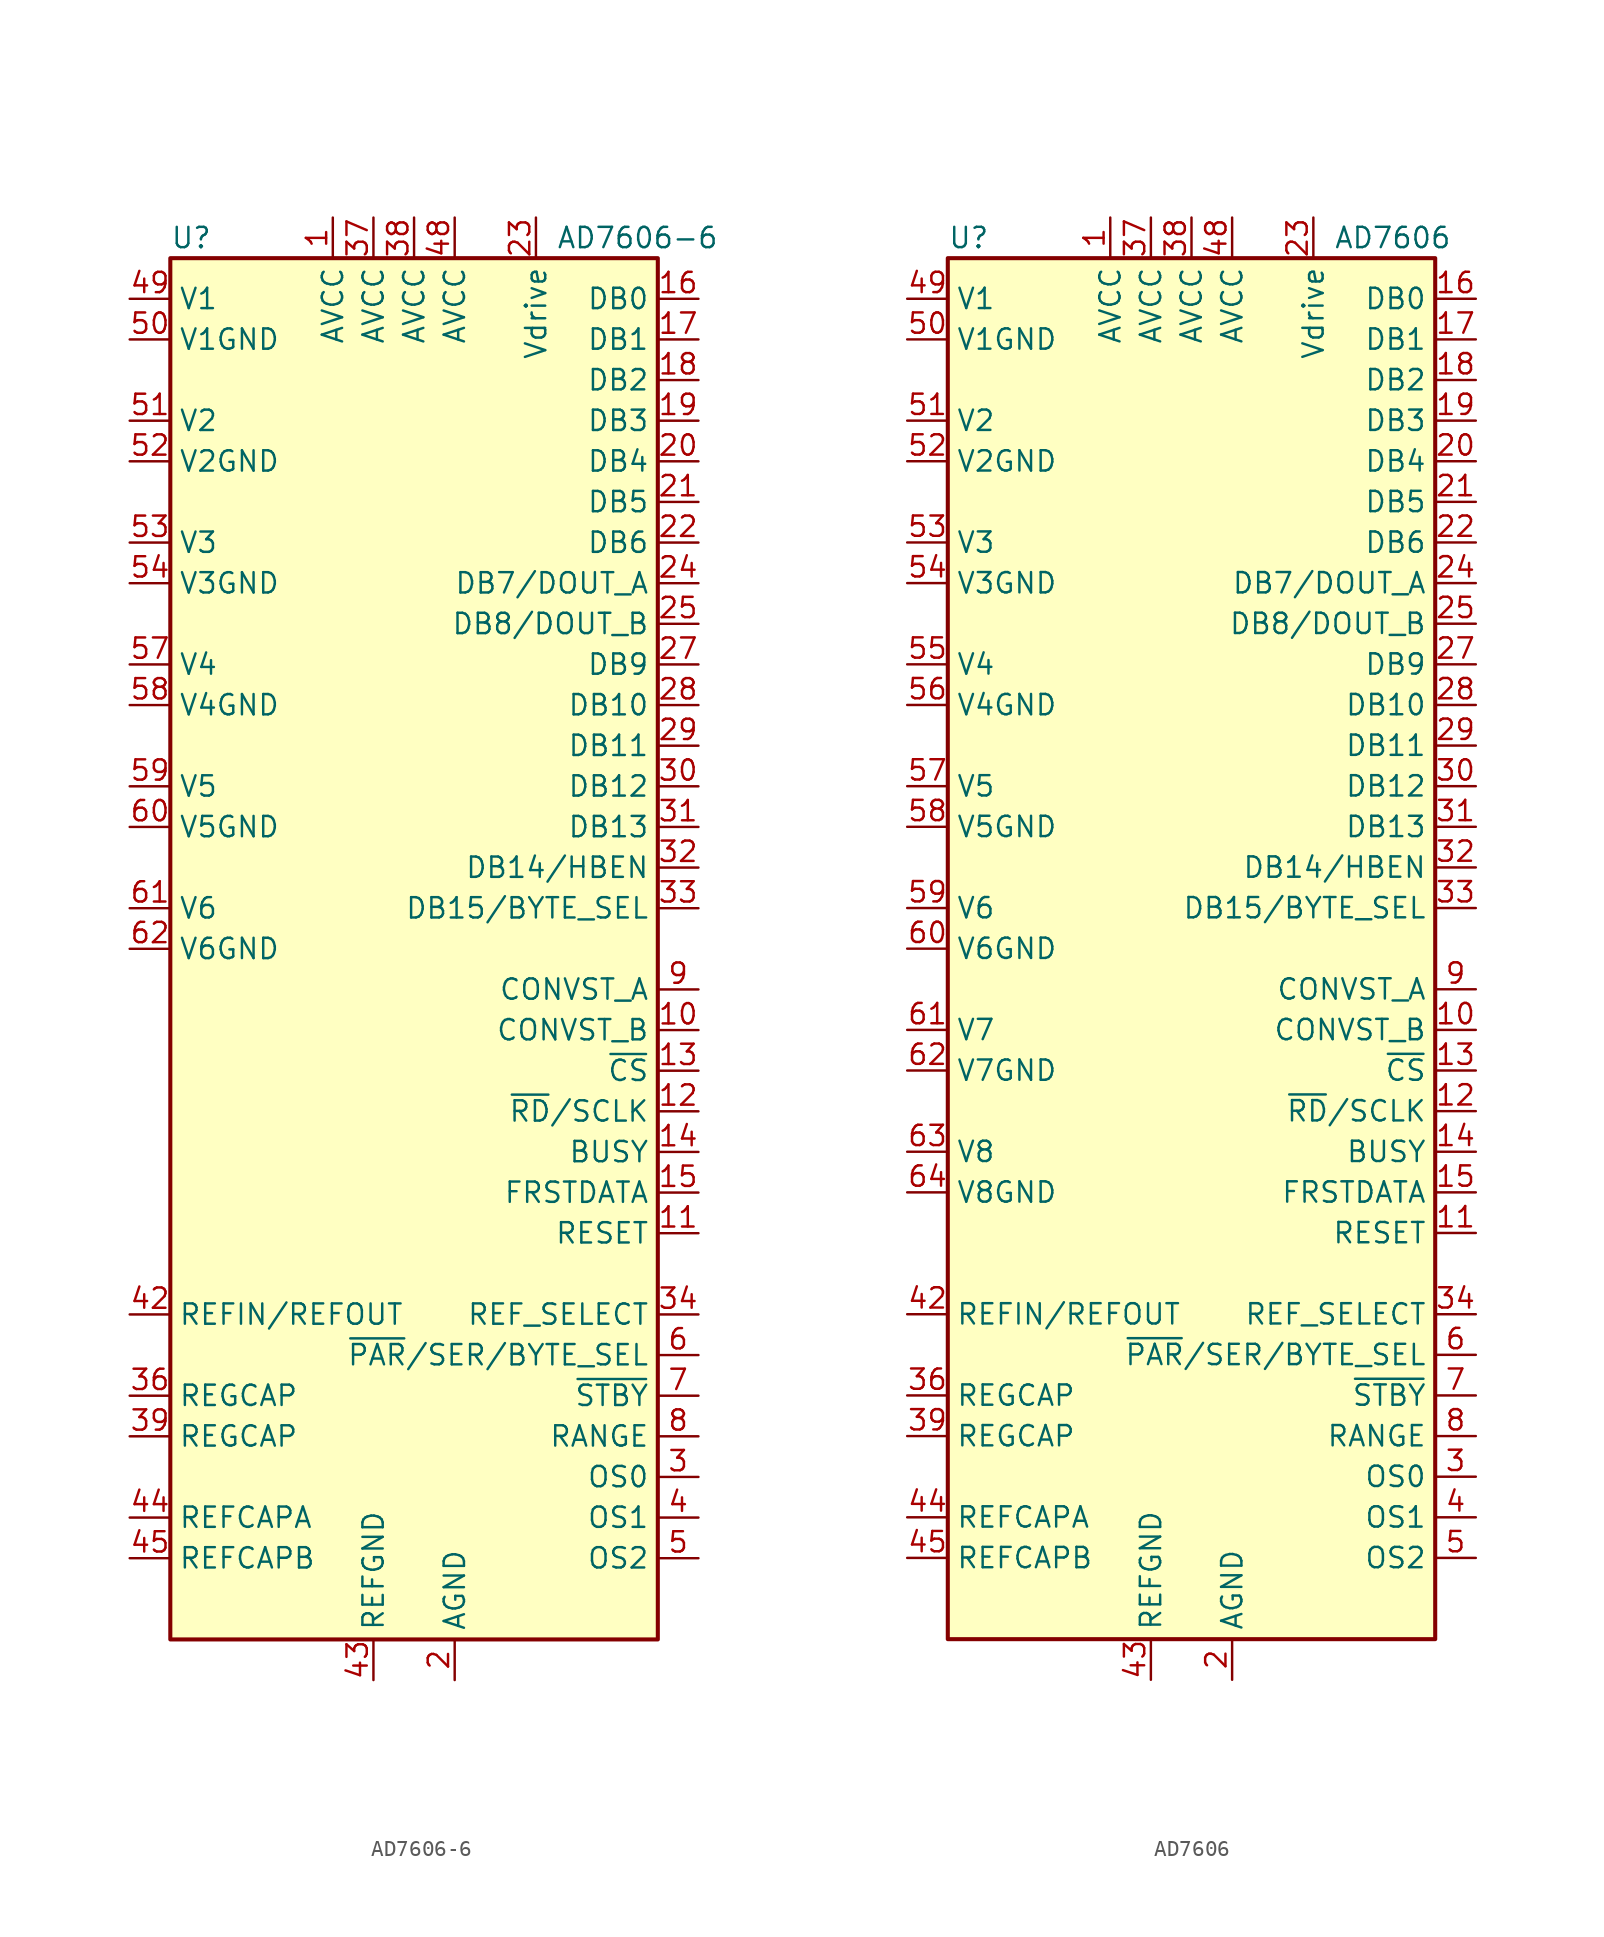
<source format=kicad_sym>
(kicad_symbol_lib
  (version 20201005)
  (generator kicad_symbol_editor)
  (symbol "Analog_ADC:AD7606-6"
    (property "Reference" "U"
      (at -15.24 44.45 0)
      (effects (font (size 1.27 1.27)) (justify left)))
    (property "Value" "AD7606-6"
      (at 8.89 44.45 0)
      (effects (font (size 1.27 1.27)) (justify left)))
    (symbol "AD7606-6_1_1"
      (rectangle (start -15.24 43.18) (end 15.24 -43.18) (stroke (width 0.254)) (fill (type background)))
      (pin power_in line (at -5.08 45.72 270) (length 2.54) (name "AVCC" (effects (font (size 1.27 1.27)))) (number "1" (effects (font (size 1.27 1.27)))))
      (pin input line (at 17.78 -5.08 180) (length 2.54) (name "CONVST_B" (effects (font (size 1.27 1.27)))) (number "10" (effects (font (size 1.27 1.27)))))
      (pin input line (at 17.78 -17.78 180) (length 2.54) (name "RESET" (effects (font (size 1.27 1.27)))) (number "11" (effects (font (size 1.27 1.27)))))
      (pin input line (at 17.78 -10.16 180) (length 2.54) (name "~RD~/SCLK" (effects (font (size 1.27 1.27)))) (number "12" (effects (font (size 1.27 1.27)))))
      (pin input line (at 17.78 -7.62 180) (length 2.54) (name "~CS" (effects (font (size 1.27 1.27)))) (number "13" (effects (font (size 1.27 1.27)))))
      (pin output line (at 17.78 -12.7 180) (length 2.54) (name "BUSY" (effects (font (size 1.27 1.27)))) (number "14" (effects (font (size 1.27 1.27)))))
      (pin output line (at 17.78 -15.24 180) (length 2.54) (name "FRSTDATA" (effects (font (size 1.27 1.27)))) (number "15" (effects (font (size 1.27 1.27)))))
      (pin output line (at 17.78 40.64 180) (length 2.54) (name "DB0" (effects (font (size 1.27 1.27)))) (number "16" (effects (font (size 1.27 1.27)))))
      (pin output line (at 17.78 38.1 180) (length 2.54) (name "DB1" (effects (font (size 1.27 1.27)))) (number "17" (effects (font (size 1.27 1.27)))))
      (pin output line (at 17.78 35.56 180) (length 2.54) (name "DB2" (effects (font (size 1.27 1.27)))) (number "18" (effects (font (size 1.27 1.27)))))
      (pin output line (at 17.78 33.02 180) (length 2.54) (name "DB3" (effects (font (size 1.27 1.27)))) (number "19" (effects (font (size 1.27 1.27)))))
      (pin power_in line (at 2.54 -45.72 90) (length 2.54) (name "AGND" (effects (font (size 1.27 1.27)))) (number "2" (effects (font (size 1.27 1.27)))))
      (pin output line (at 17.78 30.48 180) (length 2.54) (name "DB4" (effects (font (size 1.27 1.27)))) (number "20" (effects (font (size 1.27 1.27)))))
      (pin output line (at 17.78 27.94 180) (length 2.54) (name "DB5" (effects (font (size 1.27 1.27)))) (number "21" (effects (font (size 1.27 1.27)))))
      (pin output line (at 17.78 25.4 180) (length 2.54) (name "DB6" (effects (font (size 1.27 1.27)))) (number "22" (effects (font (size 1.27 1.27)))))
      (pin power_in line (at 7.62 45.72 270) (length 2.54) (name "Vdrive" (effects (font (size 1.27 1.27)))) (number "23" (effects (font (size 1.27 1.27)))))
      (pin output line (at 17.78 22.86 180) (length 2.54) (name "DB7/DOUT_A" (effects (font (size 1.27 1.27)))) (number "24" (effects (font (size 1.27 1.27)))))
      (pin output line (at 17.78 20.32 180) (length 2.54) (name "DB8/DOUT_B" (effects (font (size 1.27 1.27)))) (number "25" (effects (font (size 1.27 1.27)))))
      (pin passive line (at 2.54 -45.72 90) (length 2.54) hide (name "AGND" (effects (font (size 1.27 1.27)))) (number "26" (effects (font (size 1.27 1.27)))))
      (pin output line (at 17.78 17.78 180) (length 2.54) (name "DB9" (effects (font (size 1.27 1.27)))) (number "27" (effects (font (size 1.27 1.27)))))
      (pin output line (at 17.78 15.24 180) (length 2.54) (name "DB10" (effects (font (size 1.27 1.27)))) (number "28" (effects (font (size 1.27 1.27)))))
      (pin output line (at 17.78 12.7 180) (length 2.54) (name "DB11" (effects (font (size 1.27 1.27)))) (number "29" (effects (font (size 1.27 1.27)))))
      (pin input line (at 17.78 -33.02 180) (length 2.54) (name "OS0" (effects (font (size 1.27 1.27)))) (number "3" (effects (font (size 1.27 1.27)))))
      (pin output line (at 17.78 10.16 180) (length 2.54) (name "DB12" (effects (font (size 1.27 1.27)))) (number "30" (effects (font (size 1.27 1.27)))))
      (pin output line (at 17.78 7.62 180) (length 2.54) (name "DB13" (effects (font (size 1.27 1.27)))) (number "31" (effects (font (size 1.27 1.27)))))
      (pin bidirectional line (at 17.78 5.08 180) (length 2.54) (name "DB14/HBEN" (effects (font (size 1.27 1.27)))) (number "32" (effects (font (size 1.27 1.27)))))
      (pin bidirectional line (at 17.78 2.54 180) (length 2.54) (name "DB15/BYTE_SEL" (effects (font (size 1.27 1.27)))) (number "33" (effects (font (size 1.27 1.27)))))
      (pin input line (at 17.78 -22.86 180) (length 2.54) (name "REF_SELECT" (effects (font (size 1.27 1.27)))) (number "34" (effects (font (size 1.27 1.27)))))
      (pin passive line (at 2.54 -45.72 90) (length 2.54) hide (name "AGND" (effects (font (size 1.27 1.27)))) (number "35" (effects (font (size 1.27 1.27)))))
      (pin passive line (at -17.78 -27.94 0) (length 2.54) (name "REGCAP" (effects (font (size 1.27 1.27)))) (number "36" (effects (font (size 1.27 1.27)))))
      (pin power_in line (at -2.54 45.72 270) (length 2.54) (name "AVCC" (effects (font (size 1.27 1.27)))) (number "37" (effects (font (size 1.27 1.27)))))
      (pin power_in line (at 0 45.72 270) (length 2.54) (name "AVCC" (effects (font (size 1.27 1.27)))) (number "38" (effects (font (size 1.27 1.27)))))
      (pin passive line (at -17.78 -30.48 0) (length 2.54) (name "REGCAP" (effects (font (size 1.27 1.27)))) (number "39" (effects (font (size 1.27 1.27)))))
      (pin input line (at 17.78 -35.56 180) (length 2.54) (name "OS1" (effects (font (size 1.27 1.27)))) (number "4" (effects (font (size 1.27 1.27)))))
      (pin passive line (at 2.54 -45.72 90) (length 2.54) hide (name "AGND" (effects (font (size 1.27 1.27)))) (number "40" (effects (font (size 1.27 1.27)))))
      (pin passive line (at 2.54 -45.72 90) (length 2.54) hide (name "AGND" (effects (font (size 1.27 1.27)))) (number "41" (effects (font (size 1.27 1.27)))))
      (pin passive line (at -17.78 -22.86 0) (length 2.54) (name "REFIN/REFOUT" (effects (font (size 1.27 1.27)))) (number "42" (effects (font (size 1.27 1.27)))))
      (pin power_in line (at -2.54 -45.72 90) (length 2.54) (name "REFGND" (effects (font (size 1.27 1.27)))) (number "43" (effects (font (size 1.27 1.27)))))
      (pin passive line (at -17.78 -35.56 0) (length 2.54) (name "REFCAPA" (effects (font (size 1.27 1.27)))) (number "44" (effects (font (size 1.27 1.27)))))
      (pin passive line (at -17.78 -38.1 0) (length 2.54) (name "REFCAPB" (effects (font (size 1.27 1.27)))) (number "45" (effects (font (size 1.27 1.27)))))
      (pin passive line (at -2.54 -45.72 90) (length 2.54) hide (name "REFGND" (effects (font (size 1.27 1.27)))) (number "46" (effects (font (size 1.27 1.27)))))
      (pin passive line (at 2.54 -45.72 90) (length 2.54) hide (name "AGND" (effects (font (size 1.27 1.27)))) (number "47" (effects (font (size 1.27 1.27)))))
      (pin power_in line (at 2.54 45.72 270) (length 2.54) (name "AVCC" (effects (font (size 1.27 1.27)))) (number "48" (effects (font (size 1.27 1.27)))))
      (pin input line (at -17.78 40.64 0) (length 2.54) (name "V1" (effects (font (size 1.27 1.27)))) (number "49" (effects (font (size 1.27 1.27)))))
      (pin input line (at 17.78 -38.1 180) (length 2.54) (name "OS2" (effects (font (size 1.27 1.27)))) (number "5" (effects (font (size 1.27 1.27)))))
      (pin input line (at -17.78 38.1 0) (length 2.54) (name "V1GND" (effects (font (size 1.27 1.27)))) (number "50" (effects (font (size 1.27 1.27)))))
      (pin input line (at -17.78 33.02 0) (length 2.54) (name "V2" (effects (font (size 1.27 1.27)))) (number "51" (effects (font (size 1.27 1.27)))))
      (pin input line (at -17.78 30.48 0) (length 2.54) (name "V2GND" (effects (font (size 1.27 1.27)))) (number "52" (effects (font (size 1.27 1.27)))))
      (pin input line (at -17.78 25.4 0) (length 2.54) (name "V3" (effects (font (size 1.27 1.27)))) (number "53" (effects (font (size 1.27 1.27)))))
      (pin input line (at -17.78 22.86 0) (length 2.54) (name "V3GND" (effects (font (size 1.27 1.27)))) (number "54" (effects (font (size 1.27 1.27)))))
      (pin passive line (at 2.54 -45.72 90) (length 2.54) hide (name "AGND" (effects (font (size 1.27 1.27)))) (number "55" (effects (font (size 1.27 1.27)))))
      (pin passive line (at 2.54 -45.72 90) (length 2.54) hide (name "AGND" (effects (font (size 1.27 1.27)))) (number "56" (effects (font (size 1.27 1.27)))))
      (pin input line (at -17.78 17.78 0) (length 2.54) (name "V4" (effects (font (size 1.27 1.27)))) (number "57" (effects (font (size 1.27 1.27)))))
      (pin input line (at -17.78 15.24 0) (length 2.54) (name "V4GND" (effects (font (size 1.27 1.27)))) (number "58" (effects (font (size 1.27 1.27)))))
      (pin input line (at -17.78 10.16 0) (length 2.54) (name "V5" (effects (font (size 1.27 1.27)))) (number "59" (effects (font (size 1.27 1.27)))))
      (pin input line (at 17.78 -25.4 180) (length 2.54) (name "~PAR~/SER/BYTE_SEL" (effects (font (size 1.27 1.27)))) (number "6" (effects (font (size 1.27 1.27)))))
      (pin input line (at -17.78 7.62 0) (length 2.54) (name "V5GND" (effects (font (size 1.27 1.27)))) (number "60" (effects (font (size 1.27 1.27)))))
      (pin input line (at -17.78 2.54 0) (length 2.54) (name "V6" (effects (font (size 1.27 1.27)))) (number "61" (effects (font (size 1.27 1.27)))))
      (pin input line (at -17.78 0 0) (length 2.54) (name "V6GND" (effects (font (size 1.27 1.27)))) (number "62" (effects (font (size 1.27 1.27)))))
      (pin passive line (at 2.54 -45.72 90) (length 2.54) hide (name "AGND" (effects (font (size 1.27 1.27)))) (number "63" (effects (font (size 1.27 1.27)))))
      (pin passive line (at 2.54 -45.72 90) (length 2.54) hide (name "AGND" (effects (font (size 1.27 1.27)))) (number "64" (effects (font (size 1.27 1.27)))))
      (pin input line (at 17.78 -27.94 180) (length 2.54) (name "~STBY" (effects (font (size 1.27 1.27)))) (number "7" (effects (font (size 1.27 1.27)))))
      (pin input line (at 17.78 -30.48 180) (length 2.54) (name "RANGE" (effects (font (size 1.27 1.27)))) (number "8" (effects (font (size 1.27 1.27)))))
      (pin input line (at 17.78 -2.54 180) (length 2.54) (name "CONVST_A" (effects (font (size 1.27 1.27)))) (number "9" (effects (font (size 1.27 1.27)))))))
  (symbol "Analog_ADC:AD7606"
    (property "Reference" "U"
      (at -15.24 44.45 0)
      (effects (font (size 1.27 1.27)) (justify left)))
    (property "Value" "AD7606"
      (at 8.89 44.45 0)
      (effects (font (size 1.27 1.27)) (justify left)))
    (symbol "AD7606_1_1"
      (rectangle (start -15.24 43.18) (end 15.24 -43.18) (stroke (width 0.254)) (fill (type background)))
      (pin power_in line (at -5.08 45.72 270) (length 2.54) (name "AVCC" (effects (font (size 1.27 1.27)))) (number "1" (effects (font (size 1.27 1.27)))))
      (pin input line (at 17.78 -5.08 180) (length 2.54) (name "CONVST_B" (effects (font (size 1.27 1.27)))) (number "10" (effects (font (size 1.27 1.27)))))
      (pin input line (at 17.78 -17.78 180) (length 2.54) (name "RESET" (effects (font (size 1.27 1.27)))) (number "11" (effects (font (size 1.27 1.27)))))
      (pin input line (at 17.78 -10.16 180) (length 2.54) (name "~RD~/SCLK" (effects (font (size 1.27 1.27)))) (number "12" (effects (font (size 1.27 1.27)))))
      (pin input line (at 17.78 -7.62 180) (length 2.54) (name "~CS" (effects (font (size 1.27 1.27)))) (number "13" (effects (font (size 1.27 1.27)))))
      (pin output line (at 17.78 -12.7 180) (length 2.54) (name "BUSY" (effects (font (size 1.27 1.27)))) (number "14" (effects (font (size 1.27 1.27)))))
      (pin output line (at 17.78 -15.24 180) (length 2.54) (name "FRSTDATA" (effects (font (size 1.27 1.27)))) (number "15" (effects (font (size 1.27 1.27)))))
      (pin output line (at 17.78 40.64 180) (length 2.54) (name "DB0" (effects (font (size 1.27 1.27)))) (number "16" (effects (font (size 1.27 1.27)))))
      (pin output line (at 17.78 38.1 180) (length 2.54) (name "DB1" (effects (font (size 1.27 1.27)))) (number "17" (effects (font (size 1.27 1.27)))))
      (pin output line (at 17.78 35.56 180) (length 2.54) (name "DB2" (effects (font (size 1.27 1.27)))) (number "18" (effects (font (size 1.27 1.27)))))
      (pin output line (at 17.78 33.02 180) (length 2.54) (name "DB3" (effects (font (size 1.27 1.27)))) (number "19" (effects (font (size 1.27 1.27)))))
      (pin power_in line (at 2.54 -45.72 90) (length 2.54) (name "AGND" (effects (font (size 1.27 1.27)))) (number "2" (effects (font (size 1.27 1.27)))))
      (pin output line (at 17.78 30.48 180) (length 2.54) (name "DB4" (effects (font (size 1.27 1.27)))) (number "20" (effects (font (size 1.27 1.27)))))
      (pin output line (at 17.78 27.94 180) (length 2.54) (name "DB5" (effects (font (size 1.27 1.27)))) (number "21" (effects (font (size 1.27 1.27)))))
      (pin output line (at 17.78 25.4 180) (length 2.54) (name "DB6" (effects (font (size 1.27 1.27)))) (number "22" (effects (font (size 1.27 1.27)))))
      (pin power_in line (at 7.62 45.72 270) (length 2.54) (name "Vdrive" (effects (font (size 1.27 1.27)))) (number "23" (effects (font (size 1.27 1.27)))))
      (pin output line (at 17.78 22.86 180) (length 2.54) (name "DB7/DOUT_A" (effects (font (size 1.27 1.27)))) (number "24" (effects (font (size 1.27 1.27)))))
      (pin output line (at 17.78 20.32 180) (length 2.54) (name "DB8/DOUT_B" (effects (font (size 1.27 1.27)))) (number "25" (effects (font (size 1.27 1.27)))))
      (pin passive line (at 2.54 -45.72 90) (length 2.54) hide (name "AGND" (effects (font (size 1.27 1.27)))) (number "26" (effects (font (size 1.27 1.27)))))
      (pin output line (at 17.78 17.78 180) (length 2.54) (name "DB9" (effects (font (size 1.27 1.27)))) (number "27" (effects (font (size 1.27 1.27)))))
      (pin output line (at 17.78 15.24 180) (length 2.54) (name "DB10" (effects (font (size 1.27 1.27)))) (number "28" (effects (font (size 1.27 1.27)))))
      (pin output line (at 17.78 12.7 180) (length 2.54) (name "DB11" (effects (font (size 1.27 1.27)))) (number "29" (effects (font (size 1.27 1.27)))))
      (pin input line (at 17.78 -33.02 180) (length 2.54) (name "OS0" (effects (font (size 1.27 1.27)))) (number "3" (effects (font (size 1.27 1.27)))))
      (pin output line (at 17.78 10.16 180) (length 2.54) (name "DB12" (effects (font (size 1.27 1.27)))) (number "30" (effects (font (size 1.27 1.27)))))
      (pin output line (at 17.78 7.62 180) (length 2.54) (name "DB13" (effects (font (size 1.27 1.27)))) (number "31" (effects (font (size 1.27 1.27)))))
      (pin bidirectional line (at 17.78 5.08 180) (length 2.54) (name "DB14/HBEN" (effects (font (size 1.27 1.27)))) (number "32" (effects (font (size 1.27 1.27)))))
      (pin bidirectional line (at 17.78 2.54 180) (length 2.54) (name "DB15/BYTE_SEL" (effects (font (size 1.27 1.27)))) (number "33" (effects (font (size 1.27 1.27)))))
      (pin input line (at 17.78 -22.86 180) (length 2.54) (name "REF_SELECT" (effects (font (size 1.27 1.27)))) (number "34" (effects (font (size 1.27 1.27)))))
      (pin passive line (at 2.54 -45.72 90) (length 2.54) hide (name "AGND" (effects (font (size 1.27 1.27)))) (number "35" (effects (font (size 1.27 1.27)))))
      (pin passive line (at -17.78 -27.94 0) (length 2.54) (name "REGCAP" (effects (font (size 1.27 1.27)))) (number "36" (effects (font (size 1.27 1.27)))))
      (pin power_in line (at -2.54 45.72 270) (length 2.54) (name "AVCC" (effects (font (size 1.27 1.27)))) (number "37" (effects (font (size 1.27 1.27)))))
      (pin power_in line (at 0 45.72 270) (length 2.54) (name "AVCC" (effects (font (size 1.27 1.27)))) (number "38" (effects (font (size 1.27 1.27)))))
      (pin passive line (at -17.78 -30.48 0) (length 2.54) (name "REGCAP" (effects (font (size 1.27 1.27)))) (number "39" (effects (font (size 1.27 1.27)))))
      (pin input line (at 17.78 -35.56 180) (length 2.54) (name "OS1" (effects (font (size 1.27 1.27)))) (number "4" (effects (font (size 1.27 1.27)))))
      (pin passive line (at 2.54 -45.72 90) (length 2.54) hide (name "AGND" (effects (font (size 1.27 1.27)))) (number "40" (effects (font (size 1.27 1.27)))))
      (pin passive line (at 2.54 -45.72 90) (length 2.54) hide (name "AGND" (effects (font (size 1.27 1.27)))) (number "41" (effects (font (size 1.27 1.27)))))
      (pin passive line (at -17.78 -22.86 0) (length 2.54) (name "REFIN/REFOUT" (effects (font (size 1.27 1.27)))) (number "42" (effects (font (size 1.27 1.27)))))
      (pin power_in line (at -2.54 -45.72 90) (length 2.54) (name "REFGND" (effects (font (size 1.27 1.27)))) (number "43" (effects (font (size 1.27 1.27)))))
      (pin passive line (at -17.78 -35.56 0) (length 2.54) (name "REFCAPA" (effects (font (size 1.27 1.27)))) (number "44" (effects (font (size 1.27 1.27)))))
      (pin passive line (at -17.78 -38.1 0) (length 2.54) (name "REFCAPB" (effects (font (size 1.27 1.27)))) (number "45" (effects (font (size 1.27 1.27)))))
      (pin passive line (at -2.54 -45.72 90) (length 2.54) hide (name "REFGND" (effects (font (size 1.27 1.27)))) (number "46" (effects (font (size 1.27 1.27)))))
      (pin passive line (at 2.54 -45.72 90) (length 2.54) hide (name "AGND" (effects (font (size 1.27 1.27)))) (number "47" (effects (font (size 1.27 1.27)))))
      (pin power_in line (at 2.54 45.72 270) (length 2.54) (name "AVCC" (effects (font (size 1.27 1.27)))) (number "48" (effects (font (size 1.27 1.27)))))
      (pin input line (at -17.78 40.64 0) (length 2.54) (name "V1" (effects (font (size 1.27 1.27)))) (number "49" (effects (font (size 1.27 1.27)))))
      (pin input line (at 17.78 -38.1 180) (length 2.54) (name "OS2" (effects (font (size 1.27 1.27)))) (number "5" (effects (font (size 1.27 1.27)))))
      (pin input line (at -17.78 38.1 0) (length 2.54) (name "V1GND" (effects (font (size 1.27 1.27)))) (number "50" (effects (font (size 1.27 1.27)))))
      (pin input line (at -17.78 33.02 0) (length 2.54) (name "V2" (effects (font (size 1.27 1.27)))) (number "51" (effects (font (size 1.27 1.27)))))
      (pin input line (at -17.78 30.48 0) (length 2.54) (name "V2GND" (effects (font (size 1.27 1.27)))) (number "52" (effects (font (size 1.27 1.27)))))
      (pin input line (at -17.78 25.4 0) (length 2.54) (name "V3" (effects (font (size 1.27 1.27)))) (number "53" (effects (font (size 1.27 1.27)))))
      (pin input line (at -17.78 22.86 0) (length 2.54) (name "V3GND" (effects (font (size 1.27 1.27)))) (number "54" (effects (font (size 1.27 1.27)))))
      (pin input line (at -17.78 17.78 0) (length 2.54) (name "V4" (effects (font (size 1.27 1.27)))) (number "55" (effects (font (size 1.27 1.27)))))
      (pin input line (at -17.78 15.24 0) (length 2.54) (name "V4GND" (effects (font (size 1.27 1.27)))) (number "56" (effects (font (size 1.27 1.27)))))
      (pin input line (at -17.78 10.16 0) (length 2.54) (name "V5" (effects (font (size 1.27 1.27)))) (number "57" (effects (font (size 1.27 1.27)))))
      (pin input line (at -17.78 7.62 0) (length 2.54) (name "V5GND" (effects (font (size 1.27 1.27)))) (number "58" (effects (font (size 1.27 1.27)))))
      (pin input line (at -17.78 2.54 0) (length 2.54) (name "V6" (effects (font (size 1.27 1.27)))) (number "59" (effects (font (size 1.27 1.27)))))
      (pin input line (at 17.78 -25.4 180) (length 2.54) (name "~PAR~/SER/BYTE_SEL" (effects (font (size 1.27 1.27)))) (number "6" (effects (font (size 1.27 1.27)))))
      (pin input line (at -17.78 0 0) (length 2.54) (name "V6GND" (effects (font (size 1.27 1.27)))) (number "60" (effects (font (size 1.27 1.27)))))
      (pin input line (at -17.78 -5.08 0) (length 2.54) (name "V7" (effects (font (size 1.27 1.27)))) (number "61" (effects (font (size 1.27 1.27)))))
      (pin input line (at -17.78 -7.62 0) (length 2.54) (name "V7GND" (effects (font (size 1.27 1.27)))) (number "62" (effects (font (size 1.27 1.27)))))
      (pin input line (at -17.78 -12.7 0) (length 2.54) (name "V8" (effects (font (size 1.27 1.27)))) (number "63" (effects (font (size 1.27 1.27)))))
      (pin input line (at -17.78 -15.24 0) (length 2.54) (name "V8GND" (effects (font (size 1.27 1.27)))) (number "64" (effects (font (size 1.27 1.27)))))
      (pin input line (at 17.78 -27.94 180) (length 2.54) (name "~STBY" (effects (font (size 1.27 1.27)))) (number "7" (effects (font (size 1.27 1.27)))))
      (pin input line (at 17.78 -30.48 180) (length 2.54) (name "RANGE" (effects (font (size 1.27 1.27)))) (number "8" (effects (font (size 1.27 1.27)))))
      (pin input line (at 17.78 -2.54 180) (length 2.54) (name "CONVST_A" (effects (font (size 1.27 1.27)))) (number "9" (effects (font (size 1.27 1.27))))))))
</source>
